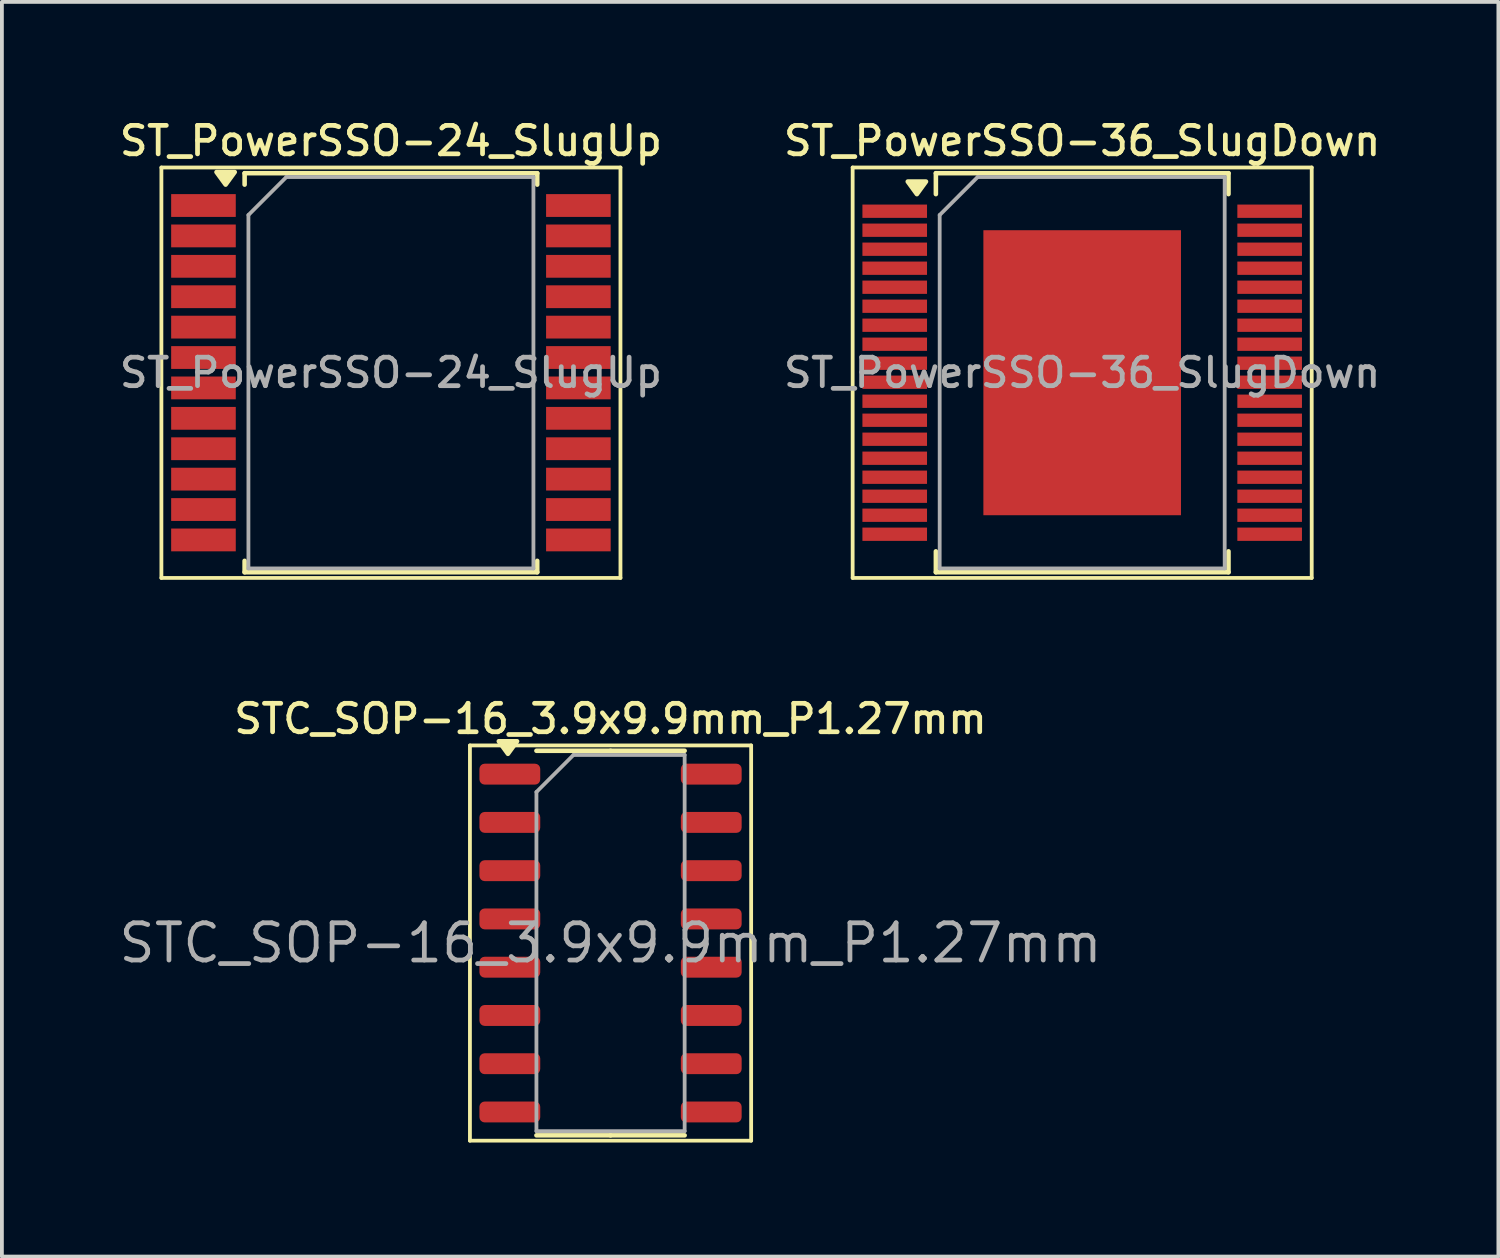
<source format=kicad_pcb>
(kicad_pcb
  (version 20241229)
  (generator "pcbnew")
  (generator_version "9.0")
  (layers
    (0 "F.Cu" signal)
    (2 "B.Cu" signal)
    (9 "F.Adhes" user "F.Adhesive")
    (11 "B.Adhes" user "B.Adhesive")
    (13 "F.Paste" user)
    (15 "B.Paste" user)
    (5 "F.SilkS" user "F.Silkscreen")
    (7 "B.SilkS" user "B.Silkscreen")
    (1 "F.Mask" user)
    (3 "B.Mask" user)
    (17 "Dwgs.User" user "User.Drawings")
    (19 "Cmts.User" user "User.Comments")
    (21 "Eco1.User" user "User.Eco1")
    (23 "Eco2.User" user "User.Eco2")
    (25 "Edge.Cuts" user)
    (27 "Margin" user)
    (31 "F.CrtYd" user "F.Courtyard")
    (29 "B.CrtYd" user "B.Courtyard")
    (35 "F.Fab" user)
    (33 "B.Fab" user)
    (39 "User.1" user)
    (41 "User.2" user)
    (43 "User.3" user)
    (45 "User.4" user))
  (footprint "ST_PowerSSO-24_SlugUp"
    (layer "F.Cu")
    (at 7.237 6.758)
    (property "Reference" "ST_PowerSSO-24_SlugUp" (at 0 -6.1 0) (layer "F.SilkS") (effects (font (size 0.75 0.75) (thickness 0.125))))
    (attr smd)
    (fp_line (start -6.04 -5.4) (end -6.04 5.4) (stroke (width 0.1) (type solid)) (layer "F.SilkS"))
    (fp_line (start -6.04 -5.4) (end 6.04 -5.4) (stroke (width 0.1) (type solid)) (layer "F.SilkS"))
    (fp_line (start -3.85 -5.25) (end -3.85 -4.95) (stroke (width 0.12) (type solid)) (layer "F.SilkS"))
    (fp_line (start -3.85 5.25) (end -3.85 4.95) (stroke (width 0.12) (type solid)) (layer "F.SilkS"))
    (fp_line (start 3.85 -5.25) (end -3.85 -5.25) (stroke (width 0.12) (type solid)) (layer "F.SilkS"))
    (fp_line (start 3.85 -5.25) (end 3.85 -4.95) (stroke (width 0.12) (type solid)) (layer "F.SilkS"))
    (fp_line (start 3.85 5.25) (end -3.85 5.25) (stroke (width 0.12) (type solid)) (layer "F.SilkS"))
    (fp_line (start 3.85 5.25) (end 3.85 4.95) (stroke (width 0.12) (type solid)) (layer "F.SilkS"))
    (fp_line (start 6.04 5.4) (end -6.04 5.4) (stroke (width 0.1) (type solid)) (layer "F.SilkS"))
    (fp_line (start 6.04 5.4) (end 6.04 -5.4) (stroke (width 0.1) (type solid)) (layer "F.SilkS"))
    (fp_poly (pts (xy -4.35 -4.95) (xy -4.59 -5.28) (xy -4.11 -5.28) (xy -4.35 -4.95)) (stroke (width 0.12) (type solid)) (fill yes) (layer "F.SilkS"))
    (fp_line (start -3.75 -4.15) (end -3.75 5.15) (stroke (width 0.1) (type solid)) (layer "F.Fab"))
    (fp_line (start -3.75 5.15) (end 3.75 5.15) (stroke (width 0.1) (type solid)) (layer "F.Fab"))
    (fp_line (start -2.75 -5.15) (end -3.75 -4.15) (stroke (width 0.1) (type solid)) (layer "F.Fab"))
    (fp_line (start 3.75 -5.15) (end -2.75 -5.15) (stroke (width 0.1) (type solid)) (layer "F.Fab"))
    (fp_line (start 3.75 5.15) (end 3.75 -5.15) (stroke (width 0.1) (type solid)) (layer "F.Fab"))
    (fp_text user "${REFERENCE}" (at 0 0 0) (layer "F.Fab") (effects (font (size 0.75 0.75) (thickness 0.125))))
    (pad "1" smd rect (at -4.933 -4.4) (size 1.7 0.6) (layers "F.Cu" "F.Mask" "F.Paste"))
    (pad "2" smd rect (at -4.933 -3.6) (size 1.7 0.6) (layers "F.Cu" "F.Mask" "F.Paste"))
    (pad "3" smd rect (at -4.933 -2.8) (size 1.7 0.6) (layers "F.Cu" "F.Mask" "F.Paste"))
    (pad "4" smd rect (at -4.933 -2) (size 1.7 0.6) (layers "F.Cu" "F.Mask" "F.Paste"))
    (pad "5" smd rect (at -4.933 -1.2) (size 1.7 0.6) (layers "F.Cu" "F.Mask" "F.Paste"))
    (pad "6" smd rect (at -4.933 -0.4) (size 1.7 0.6) (layers "F.Cu" "F.Mask" "F.Paste"))
    (pad "7" smd rect (at -4.933 0.4) (size 1.7 0.6) (layers "F.Cu" "F.Mask" "F.Paste"))
    (pad "8" smd rect (at -4.933 1.2) (size 1.7 0.6) (layers "F.Cu" "F.Mask" "F.Paste"))
    (pad "9" smd rect (at -4.933 2) (size 1.7 0.6) (layers "F.Cu" "F.Mask" "F.Paste"))
    (pad "10" smd rect (at -4.933 2.8) (size 1.7 0.6) (layers "F.Cu" "F.Mask" "F.Paste"))
    (pad "11" smd rect (at -4.933 3.6) (size 1.7 0.6) (layers "F.Cu" "F.Mask" "F.Paste"))
    (pad "12" smd rect (at -4.933 4.4) (size 1.7 0.6) (layers "F.Cu" "F.Mask" "F.Paste"))
    (pad "13" smd rect (at 4.933 4.4) (size 1.7 0.6) (layers "F.Cu" "F.Mask" "F.Paste"))
    (pad "14" smd rect (at 4.933 3.6) (size 1.7 0.6) (layers "F.Cu" "F.Mask" "F.Paste"))
    (pad "15" smd rect (at 4.933 2.8) (size 1.7 0.6) (layers "F.Cu" "F.Mask" "F.Paste"))
    (pad "16" smd rect (at 4.933 2) (size 1.7 0.6) (layers "F.Cu" "F.Mask" "F.Paste"))
    (pad "17" smd rect (at 4.933 1.2) (size 1.7 0.6) (layers "F.Cu" "F.Mask" "F.Paste"))
    (pad "18" smd rect (at 4.933 0.4) (size 1.7 0.6) (layers "F.Cu" "F.Mask" "F.Paste"))
    (pad "19" smd rect (at 4.933 -0.4) (size 1.7 0.6) (layers "F.Cu" "F.Mask" "F.Paste"))
    (pad "20" smd rect (at 4.933 -1.2) (size 1.7 0.6) (layers "F.Cu" "F.Mask" "F.Paste"))
    (pad "21" smd rect (at 4.933 -2) (size 1.7 0.6) (layers "F.Cu" "F.Mask" "F.Paste"))
    (pad "22" smd rect (at 4.933 -2.8) (size 1.7 0.6) (layers "F.Cu" "F.Mask" "F.Paste"))
    (pad "23" smd rect (at 4.933 -3.6) (size 1.7 0.6) (layers "F.Cu" "F.Mask" "F.Paste"))
    (pad "24" smd rect (at 4.933 -4.4) (size 1.7 0.6) (layers "F.Cu" "F.Mask" "F.Paste")))
  (footprint "ST_PowerSSO-36_SlugDown"
    (layer "F.Cu")
    (at 25.427 6.758)
    (property "Reference" "ST_PowerSSO-36_SlugDown" (at 0 -6.1 0) (layer "F.SilkS") (effects (font (size 0.75 0.75) (thickness 0.125))))
    (attr smd)
    (fp_line (start -6.04 -5.4) (end -6.04 5.4) (stroke (width 0.1) (type solid)) (layer "F.SilkS"))
    (fp_line (start -6.04 -5.4) (end 6.04 -5.4) (stroke (width 0.1) (type solid)) (layer "F.SilkS"))
    (fp_line (start -3.85 -5.25) (end -3.85 -4.7) (stroke (width 0.12) (type solid)) (layer "F.SilkS"))
    (fp_line (start -3.85 5.25) (end -3.85 4.7) (stroke (width 0.12) (type solid)) (layer "F.SilkS"))
    (fp_line (start 3.85 -5.25) (end -3.85 -5.25) (stroke (width 0.12) (type solid)) (layer "F.SilkS"))
    (fp_line (start 3.85 -5.25) (end 3.85 -4.7) (stroke (width 0.12) (type solid)) (layer "F.SilkS"))
    (fp_line (start 3.85 5.25) (end -3.85 5.25) (stroke (width 0.12) (type solid)) (layer "F.SilkS"))
    (fp_line (start 3.85 5.25) (end 3.85 4.7) (stroke (width 0.12) (type solid)) (layer "F.SilkS"))
    (fp_line (start 6.04 5.4) (end -6.04 5.4) (stroke (width 0.1) (type solid)) (layer "F.SilkS"))
    (fp_line (start 6.04 5.4) (end 6.04 -5.4) (stroke (width 0.1) (type solid)) (layer "F.SilkS"))
    (fp_poly (pts (xy -4.35 -4.7) (xy -4.59 -5.03) (xy -4.11 -5.03) (xy -4.35 -4.7)) (stroke (width 0.12) (type solid)) (fill yes) (layer "F.SilkS"))
    (fp_line (start -3.75 -4.15) (end -3.75 5.15) (stroke (width 0.1) (type solid)) (layer "F.Fab"))
    (fp_line (start -3.75 5.15) (end 3.75 5.15) (stroke (width 0.1) (type solid)) (layer "F.Fab"))
    (fp_line (start -2.75 -5.15) (end -3.75 -4.15) (stroke (width 0.1) (type solid)) (layer "F.Fab"))
    (fp_line (start 3.75 -5.15) (end -2.75 -5.15) (stroke (width 0.1) (type solid)) (layer "F.Fab"))
    (fp_line (start 3.75 5.15) (end 3.75 -5.15) (stroke (width 0.1) (type solid)) (layer "F.Fab"))
    (fp_text user "${REFERENCE}" (at 0 0 0) (layer "F.Fab") (effects (font (size 0.75 0.75) (thickness 0.125))))
    (pad "1" smd rect (at -4.933 -4.25) (size 1.7 0.35) (layers "F.Cu" "F.Mask" "F.Paste"))
    (pad "2" smd rect (at -4.933 -3.75) (size 1.7 0.35) (layers "F.Cu" "F.Mask" "F.Paste"))
    (pad "3" smd rect (at -4.933 -3.25) (size 1.7 0.35) (layers "F.Cu" "F.Mask" "F.Paste"))
    (pad "4" smd rect (at -4.933 -2.75) (size 1.7 0.35) (layers "F.Cu" "F.Mask" "F.Paste"))
    (pad "5" smd rect (at -4.933 -2.25) (size 1.7 0.35) (layers "F.Cu" "F.Mask" "F.Paste"))
    (pad "6" smd rect (at -4.933 -1.75) (size 1.7 0.35) (layers "F.Cu" "F.Mask" "F.Paste"))
    (pad "7" smd rect (at -4.933 -1.25) (size 1.7 0.35) (layers "F.Cu" "F.Mask" "F.Paste"))
    (pad "8" smd rect (at -4.933 -0.75) (size 1.7 0.35) (layers "F.Cu" "F.Mask" "F.Paste"))
    (pad "9" smd rect (at -4.933 -0.25) (size 1.7 0.35) (layers "F.Cu" "F.Mask" "F.Paste"))
    (pad "10" smd rect (at -4.933 0.25) (size 1.7 0.35) (layers "F.Cu" "F.Mask" "F.Paste"))
    (pad "11" smd rect (at -4.933 0.75) (size 1.7 0.35) (layers "F.Cu" "F.Mask" "F.Paste"))
    (pad "12" smd rect (at -4.933 1.25) (size 1.7 0.35) (layers "F.Cu" "F.Mask" "F.Paste"))
    (pad "13" smd rect (at -4.933 1.75) (size 1.7 0.35) (layers "F.Cu" "F.Mask" "F.Paste"))
    (pad "14" smd rect (at -4.933 2.25) (size 1.7 0.35) (layers "F.Cu" "F.Mask" "F.Paste"))
    (pad "15" smd rect (at -4.933 2.75) (size 1.7 0.35) (layers "F.Cu" "F.Mask" "F.Paste"))
    (pad "16" smd rect (at -4.933 3.25) (size 1.7 0.35) (layers "F.Cu" "F.Mask" "F.Paste"))
    (pad "17" smd rect (at -4.933 3.75) (size 1.7 0.35) (layers "F.Cu" "F.Mask" "F.Paste"))
    (pad "18" smd rect (at -4.933 4.25) (size 1.7 0.35) (layers "F.Cu" "F.Mask" "F.Paste"))
    (pad "19" smd rect (at 4.933 4.25) (size 1.7 0.35) (layers "F.Cu" "F.Mask" "F.Paste"))
    (pad "20" smd rect (at 4.933 3.75) (size 1.7 0.35) (layers "F.Cu" "F.Mask" "F.Paste"))
    (pad "21" smd rect (at 4.933 3.25) (size 1.7 0.35) (layers "F.Cu" "F.Mask" "F.Paste"))
    (pad "22" smd rect (at 4.933 2.75) (size 1.7 0.35) (layers "F.Cu" "F.Mask" "F.Paste"))
    (pad "23" smd rect (at 4.933 2.25) (size 1.7 0.35) (layers "F.Cu" "F.Mask" "F.Paste"))
    (pad "24" smd rect (at 4.933 1.75) (size 1.7 0.35) (layers "F.Cu" "F.Mask" "F.Paste"))
    (pad "25" smd rect (at 4.933 1.25) (size 1.7 0.35) (layers "F.Cu" "F.Mask" "F.Paste"))
    (pad "26" smd rect (at 4.933 0.75) (size 1.7 0.35) (layers "F.Cu" "F.Mask" "F.Paste"))
    (pad "27" smd rect (at 4.933 0.25) (size 1.7 0.35) (layers "F.Cu" "F.Mask" "F.Paste"))
    (pad "28" smd rect (at 4.933 -0.25) (size 1.7 0.35) (layers "F.Cu" "F.Mask" "F.Paste"))
    (pad "29" smd rect (at 4.933 -0.75) (size 1.7 0.35) (layers "F.Cu" "F.Mask" "F.Paste"))
    (pad "30" smd rect (at 4.933 -1.25) (size 1.7 0.35) (layers "F.Cu" "F.Mask" "F.Paste"))
    (pad "31" smd rect (at 4.933 -1.75) (size 1.7 0.35) (layers "F.Cu" "F.Mask" "F.Paste"))
    (pad "32" smd rect (at 4.933 -2.25) (size 1.7 0.35) (layers "F.Cu" "F.Mask" "F.Paste"))
    (pad "33" smd rect (at 4.933 -2.75) (size 1.7 0.35) (layers "F.Cu" "F.Mask" "F.Paste"))
    (pad "34" smd rect (at 4.933 -3.25) (size 1.7 0.35) (layers "F.Cu" "F.Mask" "F.Paste"))
    (pad "35" smd rect (at 4.933 -3.75) (size 1.7 0.35) (layers "F.Cu" "F.Mask" "F.Paste"))
    (pad "36" smd rect (at 4.933 -4.25) (size 1.7 0.35) (layers "F.Cu" "F.Mask" "F.Paste"))
    (pad "37" smd rect (at 0 0) (size 5.2 7.5) (layers "F.Cu" "F.Mask" "F.Paste")))
  (footprint "STC_SOP-16_3.9x9.9mm_P1.27mm"
    (layer "F.Cu")
    (at 13.016 21.766)
    (property "Reference" "STC_SOP-16_3.9x9.9mm_P1.27mm" (at 0 -5.9 0) (layer "F.SilkS") (effects (font (size 0.75 0.75) (thickness 0.125))))
    (attr smd)
    (fp_line (start -3.7 -5.2) (end -3.7 5.2) (stroke (width 0.1) (type solid)) (layer "F.SilkS"))
    (fp_line (start -3.7 5.2) (end 3.7 5.2) (stroke (width 0.1) (type solid)) (layer "F.SilkS"))
    (fp_line (start 0 -5.06) (end -1.95 -5.06) (stroke (width 0.12) (type solid)) (layer "F.SilkS"))
    (fp_line (start 0 -5.06) (end 1.95 -5.06) (stroke (width 0.12) (type solid)) (layer "F.SilkS"))
    (fp_line (start 0 5.06) (end -1.95 5.06) (stroke (width 0.12) (type solid)) (layer "F.SilkS"))
    (fp_line (start 0 5.06) (end 1.95 5.06) (stroke (width 0.12) (type solid)) (layer "F.SilkS"))
    (fp_line (start 3.7 -5.2) (end -3.7 -5.2) (stroke (width 0.1) (type solid)) (layer "F.SilkS"))
    (fp_line (start 3.7 5.2) (end 3.7 -5.2) (stroke (width 0.1) (type solid)) (layer "F.SilkS"))
    (fp_poly (pts (xy -2.7 -4.98) (xy -2.94 -5.31) (xy -2.46 -5.31) (xy -2.7 -4.98)) (stroke (width 0.12) (type solid)) (fill yes) (layer "F.SilkS"))
    (fp_line (start -1.95 -3.975) (end -0.975 -4.95) (stroke (width 0.1) (type solid)) (layer "F.Fab"))
    (fp_line (start -1.95 4.95) (end -1.95 -3.975) (stroke (width 0.1) (type solid)) (layer "F.Fab"))
    (fp_line (start -0.975 -4.95) (end 1.95 -4.95) (stroke (width 0.1) (type solid)) (layer "F.Fab"))
    (fp_line (start 1.95 -4.95) (end 1.95 4.95) (stroke (width 0.1) (type solid)) (layer "F.Fab"))
    (fp_line (start 1.95 4.95) (end -1.95 4.95) (stroke (width 0.1) (type solid)) (layer "F.Fab"))
    (fp_text user "${REFERENCE}" (at 0 0 0) (layer "F.Fab") (effects (font (size 0.98 0.98) (thickness 0.125))))
    (pad "1" smd roundrect (at -2.65 -4.445) (size 1.6 0.55) (layers "F.Cu" "F.Mask" "F.Paste") (roundrect_rratio 0.25))
    (pad "2" smd roundrect (at -2.65 -3.175) (size 1.6 0.55) (layers "F.Cu" "F.Mask" "F.Paste") (roundrect_rratio 0.25))
    (pad "3" smd roundrect (at -2.65 -1.905) (size 1.6 0.55) (layers "F.Cu" "F.Mask" "F.Paste") (roundrect_rratio 0.25))
    (pad "4" smd roundrect (at -2.65 -0.635) (size 1.6 0.55) (layers "F.Cu" "F.Mask" "F.Paste") (roundrect_rratio 0.25))
    (pad "5" smd roundrect (at -2.65 0.635) (size 1.6 0.55) (layers "F.Cu" "F.Mask" "F.Paste") (roundrect_rratio 0.25))
    (pad "6" smd roundrect (at -2.65 1.905) (size 1.6 0.55) (layers "F.Cu" "F.Mask" "F.Paste") (roundrect_rratio 0.25))
    (pad "7" smd roundrect (at -2.65 3.175) (size 1.6 0.55) (layers "F.Cu" "F.Mask" "F.Paste") (roundrect_rratio 0.25))
    (pad "8" smd roundrect (at -2.65 4.445) (size 1.6 0.55) (layers "F.Cu" "F.Mask" "F.Paste") (roundrect_rratio 0.25))
    (pad "9" smd roundrect (at 2.65 4.445) (size 1.6 0.55) (layers "F.Cu" "F.Mask" "F.Paste") (roundrect_rratio 0.25))
    (pad "10" smd roundrect (at 2.65 3.175) (size 1.6 0.55) (layers "F.Cu" "F.Mask" "F.Paste") (roundrect_rratio 0.25))
    (pad "11" smd roundrect (at 2.65 1.905) (size 1.6 0.55) (layers "F.Cu" "F.Mask" "F.Paste") (roundrect_rratio 0.25))
    (pad "12" smd roundrect (at 2.65 0.635) (size 1.6 0.55) (layers "F.Cu" "F.Mask" "F.Paste") (roundrect_rratio 0.25))
    (pad "13" smd roundrect (at 2.65 -0.635) (size 1.6 0.55) (layers "F.Cu" "F.Mask" "F.Paste") (roundrect_rratio 0.25))
    (pad "14" smd roundrect (at 2.65 -1.905) (size 1.6 0.55) (layers "F.Cu" "F.Mask" "F.Paste") (roundrect_rratio 0.25))
    (pad "15" smd roundrect (at 2.65 -3.175) (size 1.6 0.55) (layers "F.Cu" "F.Mask" "F.Paste") (roundrect_rratio 0.25))
    (pad "16" smd roundrect (at 2.65 -4.445) (size 1.6 0.55) (layers "F.Cu" "F.Mask" "F.Paste") (roundrect_rratio 0.25)))
  (gr_rect
    (start -3 -3)
    (end 36.379 30.016)
    (stroke (width 0.1) (type default))
    (fill no)
    (layer "Edge.Cuts")))
</source>
